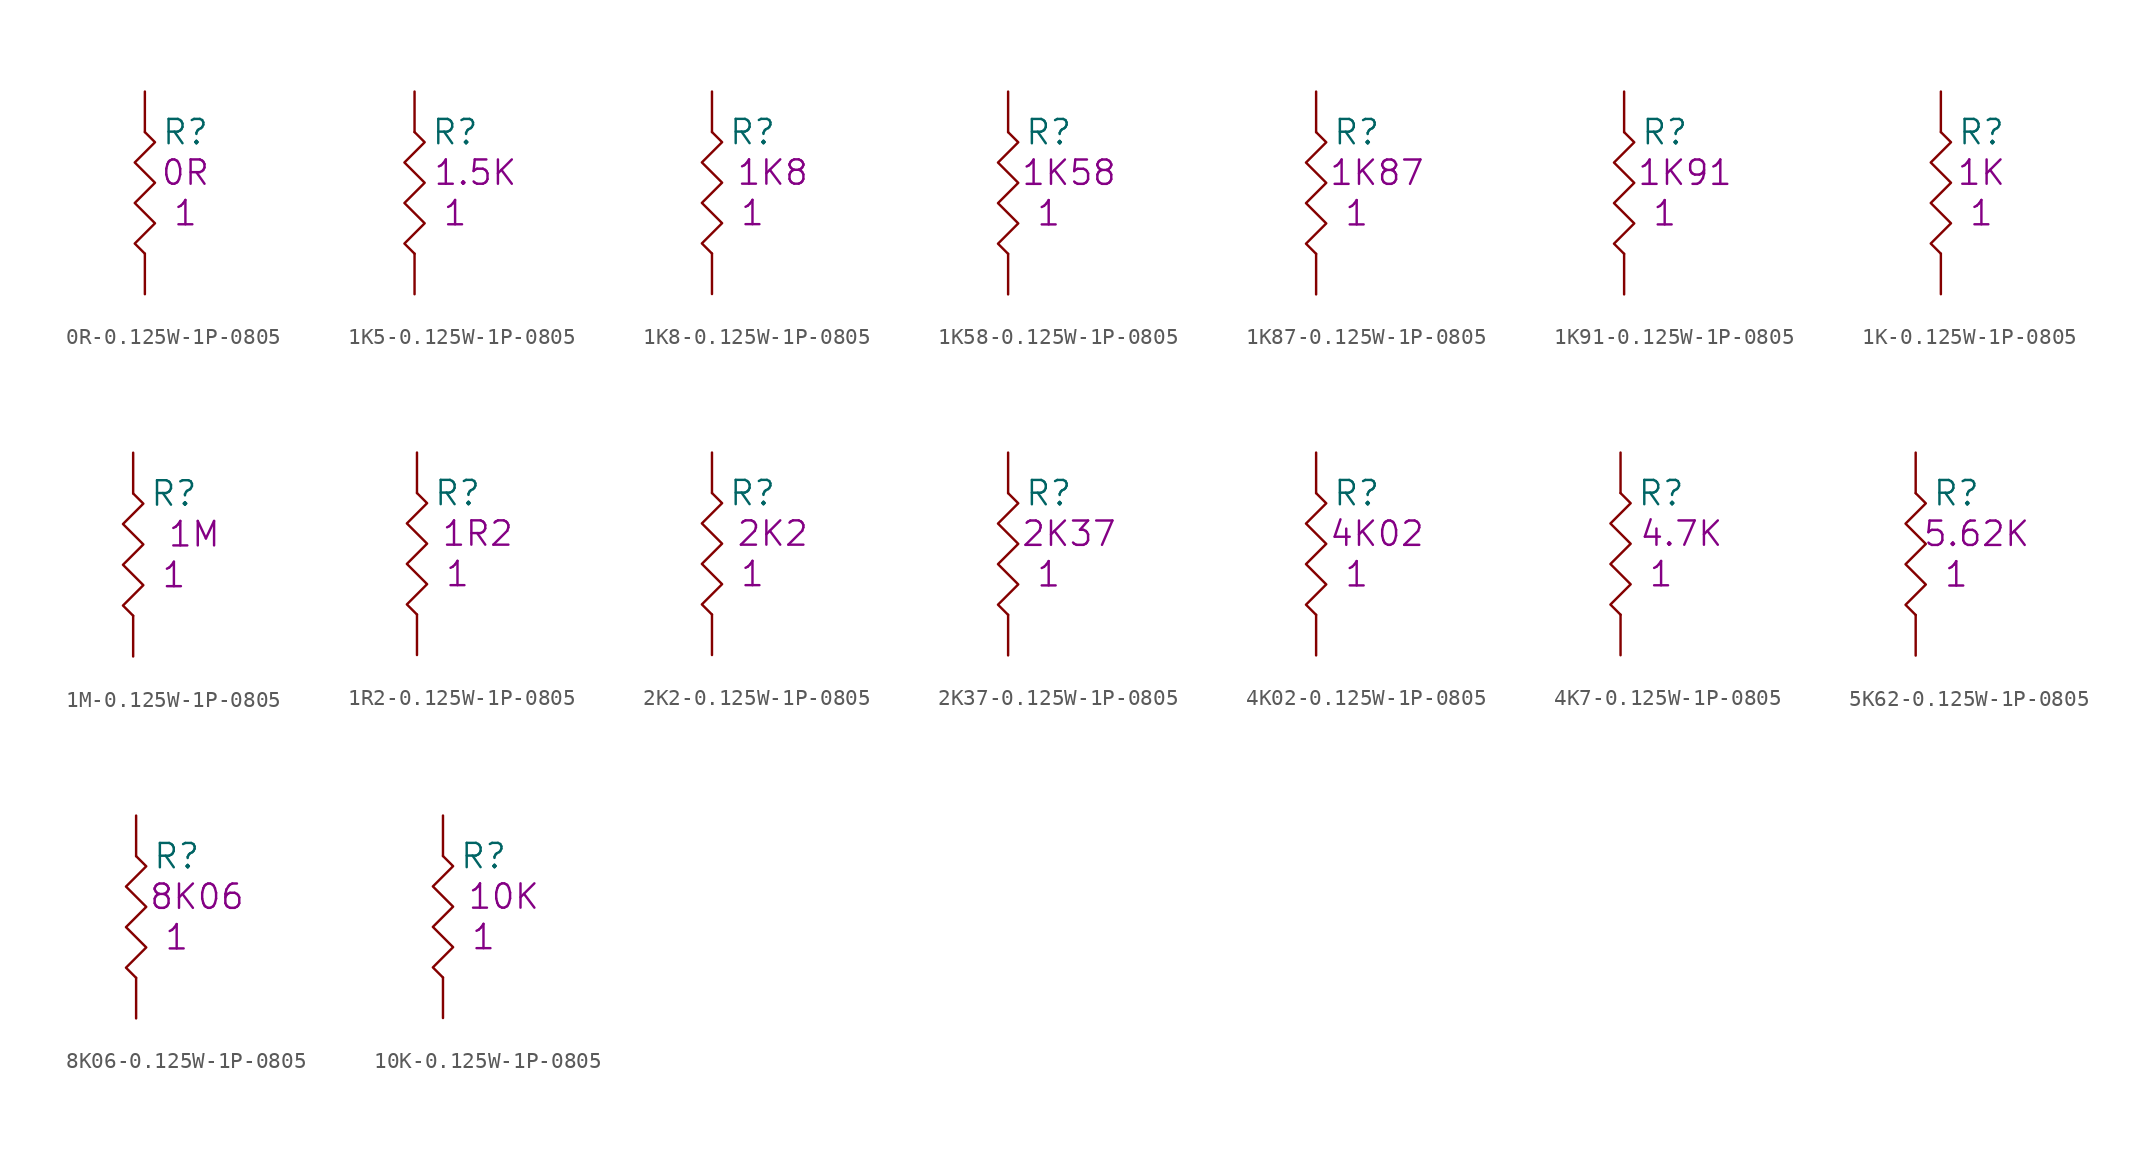
<source format=kicad_sym>
(kicad_symbol_lib
  (version 20201005)
  (generator kicad_symbol_editor)
  (symbol "S_Resistor_0805:0R-0.125W-1P-0805"
    (pin_numbers hide)
    (pin_names
      (offset 1.27) hide)
    (property "Reference" "R"
      (at 2.54 -2.54 0)
      (effects (font (size 1.524 1.524))))
    (property "Qty" "1"
      (at 2.54 -7.62 0)
      (effects (font (size 1.524 1.524))))
    (property "Desc1" "0R"
      (at 2.54 -5.08 0)
      (effects (font (size 1.524 1.524))))
    (symbol "0R-0.125W-1P-0805_0_1"
      (polyline (pts (xy 0 -2.54) (xy 0.635 -3.175) (xy -0.635 -4.445) (xy 0.635 -5.715) (xy -0.635 -6.985) (xy 0.635 -8.255) (xy -0.635 -9.525) (xy 0 -10.16)) (stroke (width 0)) (fill (type none))))
    (symbol "0R-0.125W-1P-0805_1_1"
      (pin passive line (at 0 0 270) (length 2.54) (name "1" (effects (font (size 1.27 1.27)))) (number "1" (effects (font (size 1.27 1.27)))))
      (pin passive line (at 0 -12.7 90) (length 2.54) (name "2" (effects (font (size 1.27 1.27)))) (number "2" (effects (font (size 1.27 1.27)))))))
  (symbol "S_Resistor_0805:1K5-0.125W-1P-0805"
    (pin_numbers hide)
    (pin_names
      (offset 1.27) hide)
    (property "Reference" "R"
      (at 2.54 -2.54 0)
      (effects (font (size 1.524 1.524))))
    (property "Qty" "1"
      (at 2.54 -7.62 0)
      (effects (font (size 1.524 1.524))))
    (property "Desc1" "1.5K"
      (at 3.81 -5.08 0)
      (effects (font (size 1.524 1.524))))
    (symbol "1K5-0.125W-1P-0805_0_1"
      (polyline (pts (xy 0 -2.54) (xy 0.635 -3.175) (xy -0.635 -4.445) (xy 0.635 -5.715) (xy -0.635 -6.985) (xy 0.635 -8.255) (xy -0.635 -9.525) (xy 0 -10.16)) (stroke (width 0)) (fill (type none))))
    (symbol "1K5-0.125W-1P-0805_1_1"
      (pin passive line (at 0 0 270) (length 2.54) (name "1" (effects (font (size 1.27 1.27)))) (number "1" (effects (font (size 1.27 1.27)))))
      (pin passive line (at 0 -12.7 90) (length 2.54) (name "2" (effects (font (size 1.27 1.27)))) (number "2" (effects (font (size 1.27 1.27)))))))
  (symbol "S_Resistor_0805:1K8-0.125W-1P-0805"
    (pin_numbers hide)
    (pin_names
      (offset 1.27) hide)
    (property "Reference" "R"
      (at 2.54 -2.54 0)
      (effects (font (size 1.524 1.524))))
    (property "Qty" "1"
      (at 2.54 -7.62 0)
      (effects (font (size 1.524 1.524))))
    (property "Desc1" "1K8"
      (at 3.81 -5.08 0)
      (effects (font (size 1.524 1.524))))
    (symbol "1K8-0.125W-1P-0805_0_1"
      (polyline (pts (xy 0 -2.54) (xy 0.635 -3.175) (xy -0.635 -4.445) (xy 0.635 -5.715) (xy -0.635 -6.985) (xy 0.635 -8.255) (xy -0.635 -9.525) (xy 0 -10.16)) (stroke (width 0)) (fill (type none))))
    (symbol "1K8-0.125W-1P-0805_1_1"
      (pin passive line (at 0 0 270) (length 2.54) (name "1" (effects (font (size 1.27 1.27)))) (number "1" (effects (font (size 1.27 1.27)))))
      (pin passive line (at 0 -12.7 90) (length 2.54) (name "2" (effects (font (size 1.27 1.27)))) (number "2" (effects (font (size 1.27 1.27)))))))
  (symbol "S_Resistor_0805:1K58-0.125W-1P-0805"
    (pin_numbers hide)
    (pin_names
      (offset 1.27) hide)
    (property "Reference" "R"
      (at 2.54 -2.54 0)
      (effects (font (size 1.524 1.524))))
    (property "Qty" "1"
      (at 2.54 -7.62 0)
      (effects (font (size 1.524 1.524))))
    (property "Desc1" "1K58"
      (at 3.81 -5.08 0)
      (effects (font (size 1.524 1.524))))
    (symbol "1K58-0.125W-1P-0805_0_1"
      (polyline (pts (xy 0 -2.54) (xy 0.635 -3.175) (xy -0.635 -4.445) (xy 0.635 -5.715) (xy -0.635 -6.985) (xy 0.635 -8.255) (xy -0.635 -9.525) (xy 0 -10.16)) (stroke (width 0)) (fill (type none))))
    (symbol "1K58-0.125W-1P-0805_1_1"
      (pin passive line (at 0 0 270) (length 2.54) (name "1" (effects (font (size 1.27 1.27)))) (number "1" (effects (font (size 1.27 1.27)))))
      (pin passive line (at 0 -12.7 90) (length 2.54) (name "2" (effects (font (size 1.27 1.27)))) (number "2" (effects (font (size 1.27 1.27)))))))
  (symbol "S_Resistor_0805:1K87-0.125W-1P-0805"
    (pin_numbers hide)
    (pin_names
      (offset 1.27) hide)
    (property "Reference" "R"
      (at 2.54 -2.54 0)
      (effects (font (size 1.524 1.524))))
    (property "Qty" "1"
      (at 2.54 -7.62 0)
      (effects (font (size 1.524 1.524))))
    (property "Desc1" "1K87"
      (at 3.81 -5.08 0)
      (effects (font (size 1.524 1.524))))
    (symbol "1K87-0.125W-1P-0805_0_1"
      (polyline (pts (xy 0 -2.54) (xy 0.635 -3.175) (xy -0.635 -4.445) (xy 0.635 -5.715) (xy -0.635 -6.985) (xy 0.635 -8.255) (xy -0.635 -9.525) (xy 0 -10.16)) (stroke (width 0)) (fill (type none))))
    (symbol "1K87-0.125W-1P-0805_1_1"
      (pin passive line (at 0 0 270) (length 2.54) (name "1" (effects (font (size 1.27 1.27)))) (number "1" (effects (font (size 1.27 1.27)))))
      (pin passive line (at 0 -12.7 90) (length 2.54) (name "2" (effects (font (size 1.27 1.27)))) (number "2" (effects (font (size 1.27 1.27)))))))
  (symbol "S_Resistor_0805:1K91-0.125W-1P-0805"
    (pin_numbers hide)
    (pin_names
      (offset 1.27) hide)
    (property "Reference" "R"
      (at 2.54 -2.54 0)
      (effects (font (size 1.524 1.524))))
    (property "Qty" "1"
      (at 2.54 -7.62 0)
      (effects (font (size 1.524 1.524))))
    (property "Desc1" "1K91"
      (at 3.81 -5.08 0)
      (effects (font (size 1.524 1.524))))
    (symbol "1K91-0.125W-1P-0805_0_1"
      (polyline (pts (xy 0 -2.54) (xy 0.635 -3.175) (xy -0.635 -4.445) (xy 0.635 -5.715) (xy -0.635 -6.985) (xy 0.635 -8.255) (xy -0.635 -9.525) (xy 0 -10.16)) (stroke (width 0)) (fill (type none))))
    (symbol "1K91-0.125W-1P-0805_1_1"
      (pin passive line (at 0 0 270) (length 2.54) (name "1" (effects (font (size 1.27 1.27)))) (number "1" (effects (font (size 1.27 1.27)))))
      (pin passive line (at 0 -12.7 90) (length 2.54) (name "2" (effects (font (size 1.27 1.27)))) (number "2" (effects (font (size 1.27 1.27)))))))
  (symbol "S_Resistor_0805:1K-0.125W-1P-0805"
    (pin_numbers hide)
    (pin_names
      (offset 1.27) hide)
    (property "Reference" "R"
      (at 2.54 -2.54 0)
      (effects (font (size 1.524 1.524))))
    (property "Qty" "1"
      (at 2.54 -7.62 0)
      (effects (font (size 1.524 1.524))))
    (property "Desc1" "1K"
      (at 2.54 -5.08 0)
      (effects (font (size 1.524 1.524))))
    (symbol "1K-0.125W-1P-0805_0_1"
      (polyline (pts (xy 0 -2.54) (xy 0.635 -3.175) (xy -0.635 -4.445) (xy 0.635 -5.715) (xy -0.635 -6.985) (xy 0.635 -8.255) (xy -0.635 -9.525) (xy 0 -10.16)) (stroke (width 0)) (fill (type none))))
    (symbol "1K-0.125W-1P-0805_1_1"
      (pin passive line (at 0 0 270) (length 2.54) (name "1" (effects (font (size 1.27 1.27)))) (number "1" (effects (font (size 1.27 1.27)))))
      (pin passive line (at 0 -12.7 90) (length 2.54) (name "2" (effects (font (size 1.27 1.27)))) (number "2" (effects (font (size 1.27 1.27)))))))
  (symbol "S_Resistor_0805:1M-0.125W-1P-0805"
    (pin_numbers hide)
    (pin_names
      (offset 1.27) hide)
    (property "Reference" "R"
      (at 2.54 -2.54 0)
      (effects (font (size 1.524 1.524))))
    (property "Qty" "1"
      (at 2.54 -7.62 0)
      (effects (font (size 1.524 1.524))))
    (property "Desc1" "1M"
      (at 3.81 -5.08 0)
      (effects (font (size 1.524 1.524))))
    (symbol "1M-0.125W-1P-0805_0_1"
      (polyline (pts (xy 0 -2.54) (xy 0.635 -3.175) (xy -0.635 -4.445) (xy 0.635 -5.715) (xy -0.635 -6.985) (xy 0.635 -8.255) (xy -0.635 -9.525) (xy 0 -10.16)) (stroke (width 0)) (fill (type none))))
    (symbol "1M-0.125W-1P-0805_1_1"
      (pin passive line (at 0 0 270) (length 2.54) (name "1" (effects (font (size 1.27 1.27)))) (number "1" (effects (font (size 1.27 1.27)))))
      (pin passive line (at 0 -12.7 90) (length 2.54) (name "2" (effects (font (size 1.27 1.27)))) (number "2" (effects (font (size 1.27 1.27)))))))
  (symbol "S_Resistor_0805:1R2-0.125W-1P-0805"
    (pin_numbers hide)
    (pin_names
      (offset 1.27) hide)
    (property "Reference" "R"
      (at 2.54 -2.54 0)
      (effects (font (size 1.524 1.524))))
    (property "Qty" "1"
      (at 2.54 -7.62 0)
      (effects (font (size 1.524 1.524))))
    (property "Desc1" "1R2"
      (at 3.81 -5.08 0)
      (effects (font (size 1.524 1.524))))
    (symbol "1R2-0.125W-1P-0805_0_1"
      (polyline (pts (xy 0 -2.54) (xy 0.635 -3.175) (xy -0.635 -4.445) (xy 0.635 -5.715) (xy -0.635 -6.985) (xy 0.635 -8.255) (xy -0.635 -9.525) (xy 0 -10.16)) (stroke (width 0)) (fill (type none))))
    (symbol "1R2-0.125W-1P-0805_1_1"
      (pin passive line (at 0 0 270) (length 2.54) (name "1" (effects (font (size 1.27 1.27)))) (number "1" (effects (font (size 1.27 1.27)))))
      (pin passive line (at 0 -12.7 90) (length 2.54) (name "2" (effects (font (size 1.27 1.27)))) (number "2" (effects (font (size 1.27 1.27)))))))
  (symbol "S_Resistor_0805:2K2-0.125W-1P-0805"
    (pin_numbers hide)
    (pin_names
      (offset 1.27) hide)
    (property "Reference" "R"
      (at 2.54 -2.54 0)
      (effects (font (size 1.524 1.524))))
    (property "Qty" "1"
      (at 2.54 -7.62 0)
      (effects (font (size 1.524 1.524))))
    (property "Desc1" "2K2"
      (at 3.81 -5.08 0)
      (effects (font (size 1.524 1.524))))
    (symbol "2K2-0.125W-1P-0805_0_1"
      (polyline (pts (xy 0 -2.54) (xy 0.635 -3.175) (xy -0.635 -4.445) (xy 0.635 -5.715) (xy -0.635 -6.985) (xy 0.635 -8.255) (xy -0.635 -9.525) (xy 0 -10.16)) (stroke (width 0)) (fill (type none))))
    (symbol "2K2-0.125W-1P-0805_1_1"
      (pin passive line (at 0 0 270) (length 2.54) (name "1" (effects (font (size 1.27 1.27)))) (number "1" (effects (font (size 1.27 1.27)))))
      (pin passive line (at 0 -12.7 90) (length 2.54) (name "2" (effects (font (size 1.27 1.27)))) (number "2" (effects (font (size 1.27 1.27)))))))
  (symbol "S_Resistor_0805:2K37-0.125W-1P-0805"
    (pin_numbers hide)
    (pin_names
      (offset 1.27) hide)
    (property "Reference" "R"
      (at 2.54 -2.54 0)
      (effects (font (size 1.524 1.524))))
    (property "Qty" "1"
      (at 2.54 -7.62 0)
      (effects (font (size 1.524 1.524))))
    (property "Desc1" "2K37"
      (at 3.81 -5.08 0)
      (effects (font (size 1.524 1.524))))
    (symbol "2K37-0.125W-1P-0805_0_1"
      (polyline (pts (xy 0 -2.54) (xy 0.635 -3.175) (xy -0.635 -4.445) (xy 0.635 -5.715) (xy -0.635 -6.985) (xy 0.635 -8.255) (xy -0.635 -9.525) (xy 0 -10.16)) (stroke (width 0)) (fill (type none))))
    (symbol "2K37-0.125W-1P-0805_1_1"
      (pin passive line (at 0 0 270) (length 2.54) (name "1" (effects (font (size 1.27 1.27)))) (number "1" (effects (font (size 1.27 1.27)))))
      (pin passive line (at 0 -12.7 90) (length 2.54) (name "2" (effects (font (size 1.27 1.27)))) (number "2" (effects (font (size 1.27 1.27)))))))
  (symbol "S_Resistor_0805:4K02-0.125W-1P-0805"
    (pin_numbers hide)
    (pin_names
      (offset 1.27) hide)
    (property "Reference" "R"
      (at 2.54 -2.54 0)
      (effects (font (size 1.524 1.524))))
    (property "Qty" "1"
      (at 2.54 -7.62 0)
      (effects (font (size 1.524 1.524))))
    (property "Desc1" "4K02"
      (at 3.81 -5.08 0)
      (effects (font (size 1.524 1.524))))
    (symbol "4K02-0.125W-1P-0805_0_1"
      (polyline (pts (xy 0 -2.54) (xy 0.635 -3.175) (xy -0.635 -4.445) (xy 0.635 -5.715) (xy -0.635 -6.985) (xy 0.635 -8.255) (xy -0.635 -9.525) (xy 0 -10.16)) (stroke (width 0)) (fill (type none))))
    (symbol "4K02-0.125W-1P-0805_1_1"
      (pin passive line (at 0 0 270) (length 2.54) (name "1" (effects (font (size 1.27 1.27)))) (number "1" (effects (font (size 1.27 1.27)))))
      (pin passive line (at 0 -12.7 90) (length 2.54) (name "2" (effects (font (size 1.27 1.27)))) (number "2" (effects (font (size 1.27 1.27)))))))
  (symbol "S_Resistor_0805:4K7-0.125W-1P-0805"
    (pin_numbers hide)
    (pin_names
      (offset 1.27) hide)
    (property "Reference" "R"
      (at 2.54 -2.54 0)
      (effects (font (size 1.524 1.524))))
    (property "Qty" "1"
      (at 2.54 -7.62 0)
      (effects (font (size 1.524 1.524))))
    (property "Desc1" "4.7K"
      (at 3.81 -5.08 0)
      (effects (font (size 1.524 1.524))))
    (symbol "4K7-0.125W-1P-0805_0_1"
      (polyline (pts (xy 0 -2.54) (xy 0.635 -3.175) (xy -0.635 -4.445) (xy 0.635 -5.715) (xy -0.635 -6.985) (xy 0.635 -8.255) (xy -0.635 -9.525) (xy 0 -10.16)) (stroke (width 0)) (fill (type none))))
    (symbol "4K7-0.125W-1P-0805_1_1"
      (pin passive line (at 0 0 270) (length 2.54) (name "1" (effects (font (size 1.27 1.27)))) (number "1" (effects (font (size 1.27 1.27)))))
      (pin passive line (at 0 -12.7 90) (length 2.54) (name "2" (effects (font (size 1.27 1.27)))) (number "2" (effects (font (size 1.27 1.27)))))))
  (symbol "S_Resistor_0805:5K62-0.125W-1P-0805"
    (pin_numbers hide)
    (pin_names
      (offset 1.27) hide)
    (property "Reference" "R"
      (at 2.54 -2.54 0)
      (effects (font (size 1.524 1.524))))
    (property "Qty" "1"
      (at 2.54 -7.62 0)
      (effects (font (size 1.524 1.524))))
    (property "Desc1" "5.62K"
      (at 3.81 -5.08 0)
      (effects (font (size 1.524 1.524))))
    (symbol "5K62-0.125W-1P-0805_0_1"
      (polyline (pts (xy 0 -2.54) (xy 0.635 -3.175) (xy -0.635 -4.445) (xy 0.635 -5.715) (xy -0.635 -6.985) (xy 0.635 -8.255) (xy -0.635 -9.525) (xy 0 -10.16)) (stroke (width 0)) (fill (type none))))
    (symbol "5K62-0.125W-1P-0805_1_1"
      (pin passive line (at 0 0 270) (length 2.54) (name "1" (effects (font (size 1.27 1.27)))) (number "1" (effects (font (size 1.27 1.27)))))
      (pin passive line (at 0 -12.7 90) (length 2.54) (name "2" (effects (font (size 1.27 1.27)))) (number "2" (effects (font (size 1.27 1.27)))))))
  (symbol "S_Resistor_0805:8K06-0.125W-1P-0805"
    (pin_numbers hide)
    (pin_names
      (offset 1.27) hide)
    (property "Reference" "R"
      (at 2.54 -2.54 0)
      (effects (font (size 1.524 1.524))))
    (property "Qty" "1"
      (at 2.54 -7.62 0)
      (effects (font (size 1.524 1.524))))
    (property "Desc1" "8K06"
      (at 3.81 -5.08 0)
      (effects (font (size 1.524 1.524))))
    (symbol "8K06-0.125W-1P-0805_0_1"
      (polyline (pts (xy 0 -2.54) (xy 0.635 -3.175) (xy -0.635 -4.445) (xy 0.635 -5.715) (xy -0.635 -6.985) (xy 0.635 -8.255) (xy -0.635 -9.525) (xy 0 -10.16)) (stroke (width 0)) (fill (type none))))
    (symbol "8K06-0.125W-1P-0805_1_1"
      (pin passive line (at 0 0 270) (length 2.54) (name "1" (effects (font (size 1.27 1.27)))) (number "1" (effects (font (size 1.27 1.27)))))
      (pin passive line (at 0 -12.7 90) (length 2.54) (name "2" (effects (font (size 1.27 1.27)))) (number "2" (effects (font (size 1.27 1.27)))))))
  (symbol "S_Resistor_0805:10K-0.125W-1P-0805"
    (pin_numbers hide)
    (pin_names
      (offset 1.27) hide)
    (property "Reference" "R"
      (at 2.54 -2.54 0)
      (effects (font (size 1.524 1.524))))
    (property "Qty" "1"
      (at 2.54 -7.62 0)
      (effects (font (size 1.524 1.524))))
    (property "Desc1" "10K"
      (at 3.81 -5.08 0)
      (effects (font (size 1.524 1.524))))
    (symbol "10K-0.125W-1P-0805_0_1"
      (polyline (pts (xy 0 -2.54) (xy 0.635 -3.175) (xy -0.635 -4.445) (xy 0.635 -5.715) (xy -0.635 -6.985) (xy 0.635 -8.255) (xy -0.635 -9.525) (xy 0 -10.16)) (stroke (width 0)) (fill (type none))))
    (symbol "10K-0.125W-1P-0805_1_1"
      (pin passive line (at 0 0 270) (length 2.54) (name "1" (effects (font (size 1.27 1.27)))) (number "1" (effects (font (size 1.27 1.27)))))
      (pin passive line (at 0 -12.7 90) (length 2.54) (name "2" (effects (font (size 1.27 1.27)))) (number "2" (effects (font (size 1.27 1.27))))))))
</source>
